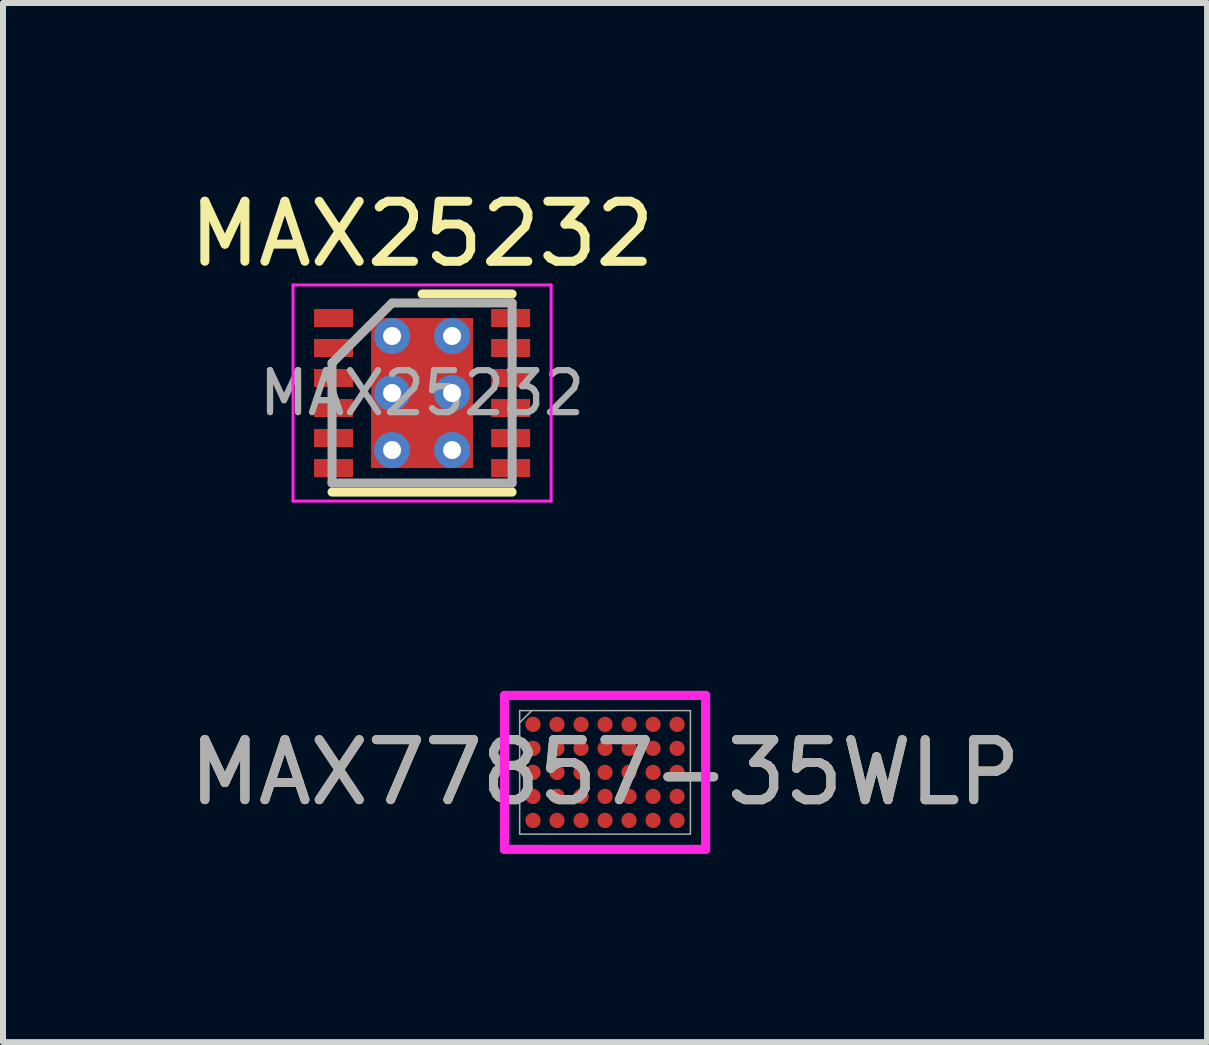
<source format=kicad_pcb>
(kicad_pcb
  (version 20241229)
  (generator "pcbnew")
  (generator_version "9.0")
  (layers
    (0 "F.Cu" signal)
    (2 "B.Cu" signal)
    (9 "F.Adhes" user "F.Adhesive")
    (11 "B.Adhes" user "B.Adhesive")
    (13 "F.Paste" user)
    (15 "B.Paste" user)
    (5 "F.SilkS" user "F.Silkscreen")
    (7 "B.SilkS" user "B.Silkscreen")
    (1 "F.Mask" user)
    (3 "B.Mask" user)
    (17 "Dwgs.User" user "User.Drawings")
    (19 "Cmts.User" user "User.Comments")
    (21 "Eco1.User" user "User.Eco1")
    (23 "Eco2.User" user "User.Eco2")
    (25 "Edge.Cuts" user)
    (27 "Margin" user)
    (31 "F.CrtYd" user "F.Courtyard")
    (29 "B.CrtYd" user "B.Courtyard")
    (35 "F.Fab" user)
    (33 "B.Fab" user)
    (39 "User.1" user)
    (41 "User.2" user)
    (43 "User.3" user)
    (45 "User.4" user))
  (footprint "MAX25232"
    (layer "F.Cu")
    (at 3.982 3.498)
    (property "Reference" "MAX25232" (at 0 -2.65 0) (layer "F.SilkS") (effects (font (size 1 1) (thickness 0.15))))
    (attr smd)
    (fp_line (start -1.5 1.65) (end 1.5 1.65) (stroke (width 0.15) (type solid)) (layer "F.SilkS"))
    (fp_line (start 0 -1.65) (end 1.5 -1.65) (stroke (width 0.15) (type solid)) (layer "F.SilkS"))
    (fp_line (start -2.15 -1.8) (end -2.15 1.8) (stroke (width 0.05) (type solid)) (layer "F.CrtYd"))
    (fp_line (start -2.15 -1.8) (end 2.15 -1.8) (stroke (width 0.05) (type solid)) (layer "F.CrtYd"))
    (fp_line (start -2.15 1.8) (end 2.15 1.8) (stroke (width 0.05) (type solid)) (layer "F.CrtYd"))
    (fp_line (start 2.15 -1.8) (end 2.15 1.8) (stroke (width 0.05) (type solid)) (layer "F.CrtYd"))
    (fp_line (start -1.5 -0.5) (end -0.5 -1.5) (stroke (width 0.15) (type solid)) (layer "F.Fab"))
    (fp_line (start -1.5 1.5) (end -1.5 -0.5) (stroke (width 0.15) (type solid)) (layer "F.Fab"))
    (fp_line (start -0.5 -1.5) (end 1.5 -1.5) (stroke (width 0.15) (type solid)) (layer "F.Fab"))
    (fp_line (start 1.5 -1.5) (end 1.5 1.5) (stroke (width 0.15) (type solid)) (layer "F.Fab"))
    (fp_line (start 1.5 1.5) (end -1.5 1.5) (stroke (width 0.15) (type solid)) (layer "F.Fab"))
    (fp_text user "${REFERENCE}" (at 0 0 0) (layer "F.Fab") (effects (font (size 0.7 0.7) (thickness 0.105))))
    (pad "" smd rect (at -0.512 -0.715) (size 0.6 1) (layers "F.Paste"))
    (pad "" smd rect (at -0.512 0.715) (size 0.6 1) (layers "F.Paste"))
    (pad "" smd rect (at 0.512 -0.715) (size 0.6 1) (layers "F.Paste"))
    (pad "" smd rect (at 0.512 0.715) (size 0.6 1) (layers "F.Paste"))
    (pad "1" smd rect (at -1.475 -1.25) (size 0.65 0.3) (layers "F.Cu" "F.Mask" "F.Paste"))
    (pad "2" smd rect (at -1.475 -0.75) (size 0.65 0.3) (layers "F.Cu" "F.Mask" "F.Paste"))
    (pad "3" smd rect (at -1.475 -0.25) (size 0.65 0.3) (layers "F.Cu" "F.Mask" "F.Paste"))
    (pad "4" smd rect (at -1.475 0.25) (size 0.65 0.3) (layers "F.Cu" "F.Mask" "F.Paste"))
    (pad "5" smd rect (at -1.475 0.75) (size 0.65 0.3) (layers "F.Cu" "F.Mask" "F.Paste"))
    (pad "6" smd rect (at -1.475 1.25) (size 0.65 0.3) (layers "F.Cu" "F.Mask" "F.Paste"))
    (pad "7" smd rect (at 1.475 1.25) (size 0.65 0.3) (layers "F.Cu" "F.Mask" "F.Paste"))
    (pad "8" smd rect (at 1.475 0.75) (size 0.65 0.3) (layers "F.Cu" "F.Mask" "F.Paste"))
    (pad "9" smd rect (at 1.475 0.25) (size 0.65 0.3) (layers "F.Cu" "F.Mask" "F.Paste"))
    (pad "10" smd rect (at 1.475 -0.25) (size 0.65 0.3) (layers "F.Cu" "F.Mask" "F.Paste"))
    (pad "11" smd rect (at 1.475 -0.75) (size 0.65 0.3) (layers "F.Cu" "F.Mask" "F.Paste"))
    (pad "12" smd rect (at 1.475 -1.25) (size 0.65 0.3) (layers "F.Cu" "F.Mask" "F.Paste"))
    (pad "EP" thru_hole circle (at -0.5 -0.95) (size 0.6 0.6) (drill 0.3) (layers "*.Cu"))
    (pad "EP" thru_hole circle (at -0.5 0) (size 0.6 0.6) (drill 0.3) (layers "*.Cu"))
    (pad "EP" thru_hole circle (at -0.5 0.95) (size 0.6 0.6) (drill 0.3) (layers "*.Cu"))
    (pad "EP" smd rect (at 0 0) (size 1.7 2.5) (layers "F.Cu" "F.Mask"))
    (pad "EP" thru_hole circle (at 0.5 -0.95) (size 0.6 0.6) (drill 0.3) (layers "*.Cu"))
    (pad "EP" thru_hole circle (at 0.5 0) (size 0.6 0.6) (drill 0.3) (layers "*.Cu"))
    (pad "EP" thru_hole circle (at 0.5 0.95) (size 0.6 0.6) (drill 0.3) (layers "*.Cu")))
  (footprint "MAX77857-35WLP"
    (layer "F.Cu")
    (at 7.03 9.818)
    (property "Reference" "MAX77857-35WLP" (at 0 0 0) (unlocked yes) (layer "F.SilkS") (effects (font (size 1 1) (thickness 0.15))))
    (attr smd)
    (fp_poly (pts (xy -1.845 -1.444) (xy 1.845 -1.444) (xy 1.845 1.444) (xy -1.845 1.444)) (stroke (width 0.1) (type solid)) (fill no) (layer "Eco2.User"))
    (fp_line (start -1.676 -1.283) (end 1.676 -1.283) (stroke (width 0.152) (type solid)) (layer "F.CrtYd"))
    (fp_line (start -1.676 1.283) (end -1.676 -1.283) (stroke (width 0.152) (type solid)) (layer "F.CrtYd"))
    (fp_line (start 1.676 -1.283) (end 1.676 1.283) (stroke (width 0.152) (type solid)) (layer "F.CrtYd"))
    (fp_line (start 1.676 1.283) (end -1.676 1.283) (stroke (width 0.152) (type solid)) (layer "F.CrtYd"))
    (fp_line (start -1.422 -1.029) (end -1.422 1.029) (stroke (width 0.025) (type solid)) (layer "F.Fab"))
    (fp_line (start -1.422 1.029) (end 1.422 1.029) (stroke (width 0.025) (type solid)) (layer "F.Fab"))
    (fp_line (start -1.222 -1.029) (end -1.422 -0.829) (stroke (width 0.025) (type solid)) (layer "F.Fab"))
    (fp_line (start 1.422 -1.029) (end -1.422 -1.029) (stroke (width 0.025) (type solid)) (layer "F.Fab"))
    (fp_line (start 1.422 1.029) (end 1.422 -1.029) (stroke (width 0.025) (type solid)) (layer "F.Fab"))
    (fp_text user "${REFERENCE}" (at 0 0 0) (unlocked yes) (layer "F.Fab") (effects (font (size 1 1) (thickness 0.15))))
    (pad "A1" smd circle (at -1.2 -0.8) (size 0.254 0.254) (layers "F.Cu" "F.Mask" "F.Paste"))
    (pad "A2" smd circle (at -0.8 -0.8) (size 0.254 0.254) (layers "F.Cu" "F.Mask" "F.Paste"))
    (pad "A3" smd circle (at -0.4 -0.8) (size 0.254 0.254) (layers "F.Cu" "F.Mask" "F.Paste"))
    (pad "A4" smd circle (at 0 -0.8) (size 0.254 0.254) (layers "F.Cu" "F.Mask" "F.Paste"))
    (pad "A5" smd circle (at 0.4 -0.8) (size 0.254 0.254) (layers "F.Cu" "F.Mask" "F.Paste"))
    (pad "A6" smd circle (at 0.8 -0.8) (size 0.254 0.254) (layers "F.Cu" "F.Mask" "F.Paste"))
    (pad "A7" smd circle (at 1.2 -0.8) (size 0.254 0.254) (layers "F.Cu" "F.Mask" "F.Paste"))
    (pad "B1" smd circle (at -1.2 -0.4) (size 0.254 0.254) (layers "F.Cu" "F.Mask" "F.Paste"))
    (pad "B2" smd circle (at -0.8 -0.4) (size 0.254 0.254) (layers "F.Cu" "F.Mask" "F.Paste"))
    (pad "B3" smd circle (at -0.4 -0.4) (size 0.254 0.254) (layers "F.Cu" "F.Mask" "F.Paste"))
    (pad "B4" smd circle (at 0 -0.4) (size 0.254 0.254) (layers "F.Cu" "F.Mask" "F.Paste"))
    (pad "B5" smd circle (at 0.4 -0.4) (size 0.254 0.254) (layers "F.Cu" "F.Mask" "F.Paste"))
    (pad "B6" smd circle (at 0.8 -0.4) (size 0.254 0.254) (layers "F.Cu" "F.Mask" "F.Paste"))
    (pad "B7" smd circle (at 1.2 -0.4) (size 0.254 0.254) (layers "F.Cu" "F.Mask" "F.Paste"))
    (pad "C1" smd circle (at -1.2 0) (size 0.254 0.254) (layers "F.Cu" "F.Mask" "F.Paste"))
    (pad "C2" smd circle (at -0.8 0) (size 0.254 0.254) (layers "F.Cu" "F.Mask" "F.Paste"))
    (pad "C3" smd circle (at -0.4 0) (size 0.254 0.254) (layers "F.Cu" "F.Mask" "F.Paste"))
    (pad "C4" smd circle (at 0 0) (size 0.254 0.254) (layers "F.Cu" "F.Mask" "F.Paste"))
    (pad "C5" smd circle (at 0.4 0) (size 0.254 0.254) (layers "F.Cu" "F.Mask" "F.Paste"))
    (pad "C6" smd circle (at 0.8 0) (size 0.254 0.254) (layers "F.Cu" "F.Mask" "F.Paste"))
    (pad "C7" smd circle (at 1.2 0) (size 0.254 0.254) (layers "F.Cu" "F.Mask" "F.Paste"))
    (pad "D1" smd circle (at -1.2 0.4) (size 0.254 0.254) (layers "F.Cu" "F.Mask" "F.Paste"))
    (pad "D2" smd circle (at -0.8 0.4) (size 0.254 0.254) (layers "F.Cu" "F.Mask" "F.Paste"))
    (pad "D3" smd circle (at -0.4 0.4) (size 0.254 0.254) (layers "F.Cu" "F.Mask" "F.Paste"))
    (pad "D4" smd circle (at 0 0.4) (size 0.254 0.254) (layers "F.Cu" "F.Mask" "F.Paste"))
    (pad "D5" smd circle (at 0.4 0.4) (size 0.254 0.254) (layers "F.Cu" "F.Mask" "F.Paste"))
    (pad "D6" smd circle (at 0.8 0.4) (size 0.254 0.254) (layers "F.Cu" "F.Mask" "F.Paste"))
    (pad "D7" smd circle (at 1.2 0.4) (size 0.254 0.254) (layers "F.Cu" "F.Mask" "F.Paste"))
    (pad "E1" smd circle (at -1.2 0.8) (size 0.254 0.254) (layers "F.Cu" "F.Mask" "F.Paste"))
    (pad "E2" smd circle (at -0.8 0.8) (size 0.254 0.254) (layers "F.Cu" "F.Mask" "F.Paste"))
    (pad "E3" smd circle (at -0.4 0.8) (size 0.254 0.254) (layers "F.Cu" "F.Mask" "F.Paste"))
    (pad "E4" smd circle (at 0 0.8) (size 0.254 0.254) (layers "F.Cu" "F.Mask" "F.Paste"))
    (pad "E5" smd circle (at 0.4 0.8) (size 0.254 0.254) (layers "F.Cu" "F.Mask" "F.Paste"))
    (pad "E6" smd circle (at 0.8 0.8) (size 0.254 0.254) (layers "F.Cu" "F.Mask" "F.Paste"))
    (pad "E7" smd circle (at 1.2 0.8) (size 0.254 0.254) (layers "F.Cu" "F.Mask" "F.Paste")))
  (gr_rect
    (start -3 -3)
    (end 17.06 14.312)
    (stroke (width 0.1) (type default))
    (fill no)
    (layer "Edge.Cuts")))
</source>
